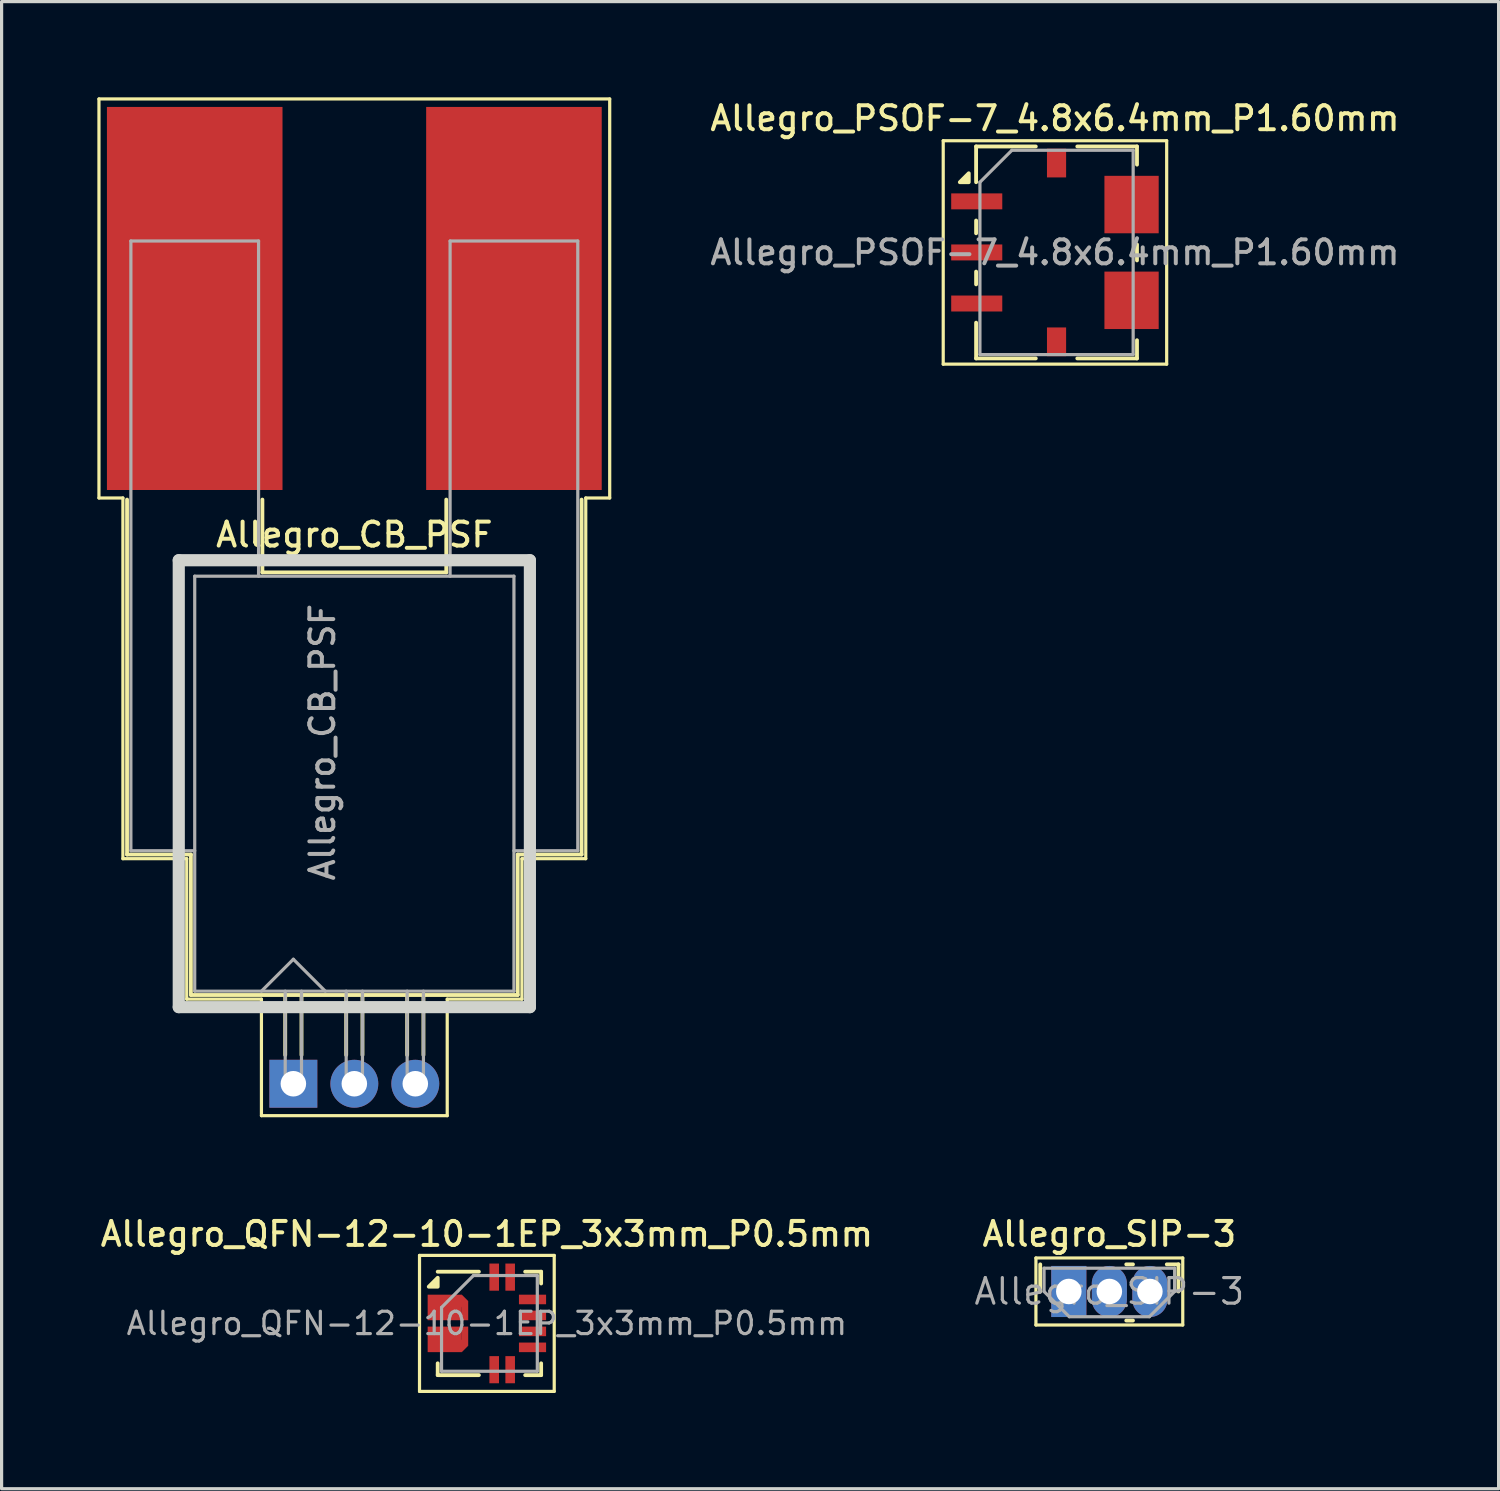
<source format=kicad_pcb>
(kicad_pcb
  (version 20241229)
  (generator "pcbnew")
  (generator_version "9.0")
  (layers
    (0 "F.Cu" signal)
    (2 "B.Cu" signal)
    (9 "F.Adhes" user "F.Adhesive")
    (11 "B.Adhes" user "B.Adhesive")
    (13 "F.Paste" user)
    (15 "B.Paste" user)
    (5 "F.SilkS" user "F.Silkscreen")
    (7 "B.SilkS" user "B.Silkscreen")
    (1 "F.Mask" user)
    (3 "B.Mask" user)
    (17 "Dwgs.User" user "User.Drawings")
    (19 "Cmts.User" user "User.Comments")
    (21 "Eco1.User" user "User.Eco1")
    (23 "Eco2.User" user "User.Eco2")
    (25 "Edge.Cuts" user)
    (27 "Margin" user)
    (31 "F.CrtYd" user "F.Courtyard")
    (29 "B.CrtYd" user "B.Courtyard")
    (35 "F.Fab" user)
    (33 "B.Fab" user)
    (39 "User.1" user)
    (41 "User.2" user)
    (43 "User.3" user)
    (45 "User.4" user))
  (footprint "Allegro_QFN-12-10-1EP_3x3mm_P0.5mm"
    (layer "F.Cu")
    (at 12.202 38.408)
    (property "Reference" "Allegro_QFN-12-10-1EP_3x3mm_P0.5mm" (at 0 -2.8 0) (layer "F.SilkS") (effects (font (size 0.75 0.75) (thickness 0.125))))
    (attr smd)
    (fp_line (start -2.11 -2.13) (end -2.11 2.13) (stroke (width 0.1) (type solid)) (layer "F.SilkS"))
    (fp_line (start -2.11 2.13) (end 2.11 2.13) (stroke (width 0.1) (type solid)) (layer "F.SilkS"))
    (fp_line (start -1.54 -1.62) (end -0.25 -1.62) (stroke (width 0.12) (type solid)) (layer "F.SilkS"))
    (fp_line (start -1.54 1.25) (end -1.54 1.62) (stroke (width 0.12) (type solid)) (layer "F.SilkS"))
    (fp_line (start -1.54 1.62) (end -0.25 1.62) (stroke (width 0.12) (type solid)) (layer "F.SilkS"))
    (fp_line (start 1.7 -1.62) (end 1.2 -1.62) (stroke (width 0.12) (type solid)) (layer "F.SilkS"))
    (fp_line (start 1.7 -1.62) (end 1.7 -1.25) (stroke (width 0.12) (type solid)) (layer "F.SilkS"))
    (fp_line (start 1.7 1.25) (end 1.7 1.62) (stroke (width 0.12) (type solid)) (layer "F.SilkS"))
    (fp_line (start 1.7 1.62) (end 1.2 1.62) (stroke (width 0.12) (type solid)) (layer "F.SilkS"))
    (fp_line (start 2.11 -2.13) (end -2.11 -2.13) (stroke (width 0.1) (type solid)) (layer "F.SilkS"))
    (fp_line (start 2.11 2.13) (end 2.11 -2.13) (stroke (width 0.1) (type solid)) (layer "F.SilkS"))
    (fp_poly (pts (xy -1.54 -1.15) (xy -1.82 -1.15) (xy -1.54 -1.43) (xy -1.54 -1.15)) (stroke (width 0.12) (type solid)) (fill yes) (layer "F.SilkS"))
    (fp_line (start -1.42 -0.5) (end -0.42 -1.5) (stroke (width 0.1) (type solid)) (layer "F.Fab"))
    (fp_line (start -1.42 1.5) (end -1.42 -0.5) (stroke (width 0.1) (type solid)) (layer "F.Fab"))
    (fp_line (start -0.42 -1.5) (end 1.58 -1.5) (stroke (width 0.1) (type solid)) (layer "F.Fab"))
    (fp_line (start 1.58 -1.5) (end 1.58 1.5) (stroke (width 0.1) (type solid)) (layer "F.Fab"))
    (fp_line (start 1.58 1.5) (end -1.42 1.5) (stroke (width 0.1) (type solid)) (layer "F.Fab"))
    (fp_text user "${REFERENCE}" (at 0 0 0) (layer "F.Fab") (effects (font (size 0.7 0.7) (thickness 0.1))))
    (pad "1" smd rect (at -1.32 -0.5) (size 1.07 0.8) (layers "F.Cu" "F.Mask" "F.Paste"))
    (pad "1" smd rect (at -0.785 -0.7 45) (size 0.283 0.283) (layers "F.Cu" "F.Mask" "F.Paste"))
    (pad "1" smd rect (at -0.685 -0.4) (size 0.2 0.6) (layers "F.Cu" "F.Mask" "F.Paste"))
    (pad "2" smd rect (at -1.32 0.5) (size 1.07 0.8) (layers "F.Cu" "F.Mask" "F.Paste"))
    (pad "2" smd rect (at -0.785 0.7 45) (size 0.283 0.283) (layers "F.Cu" "F.Mask" "F.Paste"))
    (pad "2" smd rect (at -0.685 0.4) (size 0.2 0.6) (layers "F.Cu" "F.Mask" "F.Paste"))
    (pad "3" smd rect (at 0.23 1.45) (size 0.3 0.85) (layers "F.Cu" "F.Mask" "F.Paste"))
    (pad "4" smd rect (at 0.73 1.45) (size 0.3 0.85) (layers "F.Cu" "F.Mask" "F.Paste"))
    (pad "5" smd rect (at 1.43 0.75) (size 0.85 0.3) (layers "F.Cu" "F.Mask" "F.Paste"))
    (pad "6" smd rect (at 1.43 0.25) (size 0.85 0.3) (layers "F.Cu" "F.Mask" "F.Paste"))
    (pad "7" smd rect (at 1.43 -0.25) (size 0.85 0.3) (layers "F.Cu" "F.Mask" "F.Paste"))
    (pad "8" smd rect (at 1.43 -0.75) (size 0.85 0.3) (layers "F.Cu" "F.Mask" "F.Paste"))
    (pad "9" smd rect (at 0.73 -1.45) (size 0.3 0.85) (layers "F.Cu" "F.Mask" "F.Paste"))
    (pad "10" smd rect (at 0.23 -1.45) (size 0.3 0.85) (layers "F.Cu" "F.Mask" "F.Paste")))
  (footprint "Allegro_PSOF-7_4.8x6.4mm_P1.60mm"
    (layer "F.Cu")
    (at 29.998 4.858)
    (property "Reference" "Allegro_PSOF-7_4.8x6.4mm_P1.60mm" (at 0 -4.2 0) (layer "F.SilkS") (effects (font (size 0.75 0.75) (thickness 0.125))))
    (attr smd)
    (fp_line (start -3.5 -3.5) (end 3.5 -3.5) (stroke (width 0.1) (type solid)) (layer "F.SilkS"))
    (fp_line (start -3.5 3.5) (end -3.5 -3.5) (stroke (width 0.1) (type solid)) (layer "F.SilkS"))
    (fp_line (start -2.47 -3.32) (end -2.47 -2.2) (stroke (width 0.12) (type solid)) (layer "F.SilkS"))
    (fp_line (start -2.47 -0.6) (end -2.47 -1) (stroke (width 0.12) (type solid)) (layer "F.SilkS"))
    (fp_line (start -2.47 0.6) (end -2.47 1) (stroke (width 0.12) (type solid)) (layer "F.SilkS"))
    (fp_line (start -2.47 3.32) (end -2.47 2.2) (stroke (width 0.12) (type solid)) (layer "F.SilkS"))
    (fp_line (start -0.6 -3.32) (end -2.47 -3.32) (stroke (width 0.12) (type solid)) (layer "F.SilkS"))
    (fp_line (start -0.6 3.32) (end -2.47 3.32) (stroke (width 0.12) (type solid)) (layer "F.SilkS"))
    (fp_line (start 2.57 -3.32) (end 0.7 -3.32) (stroke (width 0.12) (type solid)) (layer "F.SilkS"))
    (fp_line (start 2.57 -3.32) (end 2.57 -2.75) (stroke (width 0.12) (type solid)) (layer "F.SilkS"))
    (fp_line (start 2.57 0.25) (end 2.57 -0.25) (stroke (width 0.12) (type solid)) (layer "F.SilkS"))
    (fp_line (start 2.57 3.32) (end 0.7 3.32) (stroke (width 0.12) (type solid)) (layer "F.SilkS"))
    (fp_line (start 2.57 3.32) (end 2.57 2.75) (stroke (width 0.12) (type solid)) (layer "F.SilkS"))
    (fp_line (start 3.5 -3.5) (end 3.5 3.5) (stroke (width 0.1) (type solid)) (layer "F.SilkS"))
    (fp_line (start 3.5 3.5) (end -3.5 3.5) (stroke (width 0.1) (type solid)) (layer "F.SilkS"))
    (fp_poly (pts (xy -2.7 -2.2) (xy -2.98 -2.2) (xy -2.7 -2.48) (xy -2.7 -2.2)) (stroke (width 0.12) (type solid)) (fill yes) (layer "F.SilkS"))
    (fp_line (start -2.35 3.2) (end -2.35 -2.2) (stroke (width 0.1) (type solid)) (layer "F.Fab"))
    (fp_line (start -1.35 -3.2) (end -2.35 -2.2) (stroke (width 0.1) (type solid)) (layer "F.Fab"))
    (fp_line (start -1.35 -3.2) (end 2.45 -3.2) (stroke (width 0.1) (type solid)) (layer "F.Fab"))
    (fp_line (start 2.45 -3.2) (end 2.45 3.2) (stroke (width 0.1) (type solid)) (layer "F.Fab"))
    (fp_line (start 2.45 3.2) (end -2.35 3.2) (stroke (width 0.1) (type solid)) (layer "F.Fab"))
    (fp_text user "${REFERENCE}" (at 0 0 0) (layer "F.Fab") (effects (font (size 0.75 0.75) (thickness 0.125))))
    (pad "1" smd rect (at -2.45 -1.6) (size 1.6 0.5) (layers "F.Cu" "F.Mask" "F.Paste"))
    (pad "2" smd rect (at -2.45 0) (size 1.6 0.5) (layers "F.Cu" "F.Mask" "F.Paste"))
    (pad "3" smd rect (at -2.45 1.6) (size 1.6 0.5) (layers "F.Cu" "F.Mask" "F.Paste"))
    (pad "4" smd rect (at 0.05 2.8) (size 0.6 0.9) (layers "F.Cu" "F.Mask" "F.Paste"))
    (pad "5" smd rect (at 2.4 1.5) (size 1.7 1.8) (layers "F.Cu" "F.Mask" "F.Paste"))
    (pad "6" smd rect (at 2.4 -1.5) (size 1.7 1.8) (layers "F.Cu" "F.Mask" "F.Paste"))
    (pad "7" smd rect (at 0.05 -2.8) (size 0.6 0.9) (layers "F.Cu" "F.Mask" "F.Paste")))
  (footprint "Allegro_CB_PSF"
    (layer "F.Cu")
    (at 6.14 30.9)
    (property "Reference" "Allegro_CB_PSF" (at 1.91 -17.2 0) (layer "F.SilkS") (effects (font (size 0.75 0.75) (thickness 0.125))))
    (attr through_hole)
    (fp_line (start -6.09 -30.85) (end 9.91 -30.85) (stroke (width 0.1) (type solid)) (layer "F.SilkS"))
    (fp_line (start -6.09 -18.35) (end -6.09 -30.85) (stroke (width 0.1) (type solid)) (layer "F.SilkS"))
    (fp_line (start -6.09 -18.35) (end -5.34 -18.35) (stroke (width 0.1) (type solid)) (layer "F.SilkS"))
    (fp_line (start -5.34 -7.05) (end -5.34 -18.35) (stroke (width 0.1) (type solid)) (layer "F.SilkS"))
    (fp_line (start -5.21 -7.18) (end -5.21 -18.3) (stroke (width 0.12) (type solid)) (layer "F.SilkS"))
    (fp_line (start -3.34 -7.05) (end -5.34 -7.05) (stroke (width 0.1) (type solid)) (layer "F.SilkS"))
    (fp_line (start -3.34 -7.05) (end -3.34 -2.65) (stroke (width 0.1) (type solid)) (layer "F.SilkS"))
    (fp_line (start -3.21 -7.18) (end -5.21 -7.18) (stroke (width 0.12) (type solid)) (layer "F.SilkS"))
    (fp_line (start -3.21 -2.78) (end -3.21 -7.18) (stroke (width 0.12) (type solid)) (layer "F.SilkS"))
    (fp_line (start -1 -2.65) (end -3.34 -2.65) (stroke (width 0.1) (type solid)) (layer "F.SilkS"))
    (fp_line (start -1 -2.65) (end -1 1) (stroke (width 0.1) (type solid)) (layer "F.SilkS"))
    (fp_line (start -0.97 -16.02) (end -0.97 -18.3) (stroke (width 0.12) (type solid)) (layer "F.SilkS"))
    (fp_line (start -0.97 -16.02) (end 4.79 -16.02) (stroke (width 0.12) (type solid)) (layer "F.SilkS"))
    (fp_line (start -0.255 -2.78) (end -0.255 -0.9) (stroke (width 0.12) (type solid)) (layer "F.SilkS"))
    (fp_line (start 0.255 -2.78) (end 0.255 -0.9) (stroke (width 0.12) (type solid)) (layer "F.SilkS"))
    (fp_line (start 1.655 -2.78) (end 1.655 -0.9) (stroke (width 0.12) (type solid)) (layer "F.SilkS"))
    (fp_line (start 2.165 -2.78) (end 2.165 -0.9) (stroke (width 0.12) (type solid)) (layer "F.SilkS"))
    (fp_line (start 3.565 -2.78) (end 3.565 -0.9) (stroke (width 0.12) (type solid)) (layer "F.SilkS"))
    (fp_line (start 4.075 -2.78) (end 4.075 -0.9) (stroke (width 0.12) (type solid)) (layer "F.SilkS"))
    (fp_line (start 4.79 -16.02) (end 4.79 -18.3) (stroke (width 0.12) (type solid)) (layer "F.SilkS"))
    (fp_line (start 4.82 -2.65) (end 4.82 1) (stroke (width 0.1) (type solid)) (layer "F.SilkS"))
    (fp_line (start 4.82 -2.65) (end 7.16 -2.65) (stroke (width 0.1) (type solid)) (layer "F.SilkS"))
    (fp_line (start 4.82 1) (end -1 1) (stroke (width 0.1) (type solid)) (layer "F.SilkS"))
    (fp_line (start 7.03 -7.18) (end 9.03 -7.18) (stroke (width 0.12) (type solid)) (layer "F.SilkS"))
    (fp_line (start 7.03 -2.78) (end -3.21 -2.78) (stroke (width 0.12) (type solid)) (layer "F.SilkS"))
    (fp_line (start 7.03 -2.78) (end 7.03 -7.18) (stroke (width 0.12) (type solid)) (layer "F.SilkS"))
    (fp_line (start 7.16 -7.05) (end 7.16 -2.65) (stroke (width 0.1) (type solid)) (layer "F.SilkS"))
    (fp_line (start 7.16 -7.05) (end 9.16 -7.05) (stroke (width 0.1) (type solid)) (layer "F.SilkS"))
    (fp_line (start 9.03 -7.18) (end 9.03 -18.3) (stroke (width 0.12) (type solid)) (layer "F.SilkS"))
    (fp_line (start 9.16 -18.35) (end 9.91 -18.35) (stroke (width 0.1) (type solid)) (layer "F.SilkS"))
    (fp_line (start 9.16 -7.05) (end 9.16 -18.35) (stroke (width 0.1) (type solid)) (layer "F.SilkS"))
    (fp_line (start 9.91 -30.85) (end 9.91 -18.35) (stroke (width 0.1) (type solid)) (layer "F.SilkS"))
    (fp_line (start -3.59 -16.4) (end 7.41 -16.4) (stroke (width 0.381) (type solid)) (layer "Edge.Cuts"))
    (fp_line (start -3.59 -2.4) (end -3.59 -16.4) (stroke (width 0.381) (type solid)) (layer "Edge.Cuts"))
    (fp_line (start 7.41 -16.4) (end 7.41 -2.4) (stroke (width 0.381) (type solid)) (layer "Edge.Cuts"))
    (fp_line (start 7.41 -2.4) (end -3.59 -2.4) (stroke (width 0.381) (type solid)) (layer "Edge.Cuts"))
    (fp_line (start -5.09 -26.4) (end -1.09 -26.4) (stroke (width 0.1) (type solid)) (layer "F.Fab"))
    (fp_line (start -5.09 -7.3) (end -5.09 -26.4) (stroke (width 0.1) (type solid)) (layer "F.Fab"))
    (fp_line (start -5.09 -7.3) (end -3.09 -7.3) (stroke (width 0.1) (type solid)) (layer "F.Fab"))
    (fp_line (start -3.09 -15.9) (end -3.09 -2.9) (stroke (width 0.1) (type solid)) (layer "F.Fab"))
    (fp_line (start -3.09 -15.9) (end 6.91 -15.9) (stroke (width 0.1) (type solid)) (layer "F.Fab"))
    (fp_line (start -1.09 -15.9) (end -1.09 -26.4) (stroke (width 0.1) (type solid)) (layer "F.Fab"))
    (fp_line (start -0.255 -2.9) (end -0.255 0.19) (stroke (width 0.1) (type solid)) (layer "F.Fab"))
    (fp_line (start 0 -3.9) (end -1 -2.9) (stroke (width 0.1) (type solid)) (layer "F.Fab"))
    (fp_line (start 0 -3.9) (end 1 -2.9) (stroke (width 0.1) (type solid)) (layer "F.Fab"))
    (fp_line (start 0.255 -2.9) (end 0.255 0.19) (stroke (width 0.1) (type solid)) (layer "F.Fab"))
    (fp_line (start 1.655 -2.9) (end 1.655 0.19) (stroke (width 0.1) (type solid)) (layer "F.Fab"))
    (fp_line (start 2.165 -2.9) (end 2.165 0.19) (stroke (width 0.1) (type solid)) (layer "F.Fab"))
    (fp_line (start 3.565 -2.9) (end 3.565 0.19) (stroke (width 0.1) (type solid)) (layer "F.Fab"))
    (fp_line (start 4.075 -2.9) (end 4.075 0.19) (stroke (width 0.1) (type solid)) (layer "F.Fab"))
    (fp_line (start 4.91 -15.9) (end 4.91 -26.4) (stroke (width 0.1) (type solid)) (layer "F.Fab"))
    (fp_line (start 6.91 -15.9) (end 6.91 -2.9) (stroke (width 0.1) (type solid)) (layer "F.Fab"))
    (fp_line (start 6.91 -7.3) (end 8.91 -7.3) (stroke (width 0.1) (type solid)) (layer "F.Fab"))
    (fp_line (start 6.91 -2.9) (end -3.09 -2.9) (stroke (width 0.1) (type solid)) (layer "F.Fab"))
    (fp_line (start 8.91 -26.4) (end 4.91 -26.4) (stroke (width 0.1) (type solid)) (layer "F.Fab"))
    (fp_line (start 8.91 -7.3) (end 8.91 -26.4) (stroke (width 0.1) (type solid)) (layer "F.Fab"))
    (fp_text user "${REFERENCE}" (at 0.91 -10.7 90) (layer "F.Fab") (effects (font (size 0.75 0.75) (thickness 0.125))))
    (pad "1" thru_hole rect (at 0 0) (size 1.5 1.5) (drill 0.8) (layers "*.Cu" "*.Mask"))
    (pad "2" thru_hole circle (at 1.91 0) (size 1.5 1.5) (drill 0.8) (layers "*.Cu" "*.Mask"))
    (pad "3" thru_hole circle (at 3.82 0) (size 1.5 1.5) (drill 0.8) (layers "*.Cu" "*.Mask"))
    (pad "4" smd rect (at 6.91 -24.6) (size 5.5 12) (layers "F.Cu" "F.Mask" "F.Paste"))
    (pad "5" smd rect (at -3.09 -24.6) (size 5.5 12) (layers "F.Cu" "F.Mask" "F.Paste")))
  (footprint "Allegro_SIP-3"
    (layer "F.Cu")
    (at 30.432 37.408)
    (property "Reference" "Allegro_SIP-3" (at 1.27 -1.8 0) (layer "F.SilkS") (effects (font (size 0.75 0.75) (thickness 0.125))))
    (attr through_hole)
    (fp_line (start -1.03 -1.05) (end -1.03 1.05) (stroke (width 0.1) (type solid)) (layer "F.SilkS"))
    (fp_line (start -1.03 1.05) (end 3.57 1.05) (stroke (width 0.1) (type solid)) (layer "F.SilkS"))
    (fp_line (start -0.895 0) (end -0.895 -0.85) (stroke (width 0.12) (type solid)) (layer "F.SilkS"))
    (fp_line (start 2.01 -0.85) (end 1.8 -0.85) (stroke (width 0.12) (type solid)) (layer "F.SilkS"))
    (fp_line (start 2.01 0.91) (end 1.8 0.91) (stroke (width 0.12) (type solid)) (layer "F.SilkS"))
    (fp_line (start 3.435 -0.85) (end 3.07 -0.85) (stroke (width 0.12) (type solid)) (layer "F.SilkS"))
    (fp_line (start 3.435 -0.85) (end 3.435 0) (stroke (width 0.12) (type solid)) (layer "F.SilkS"))
    (fp_line (start 3.57 -1.05) (end -1.03 -1.05) (stroke (width 0.1) (type solid)) (layer "F.SilkS"))
    (fp_line (start 3.57 1.05) (end 3.57 -1.05) (stroke (width 0.1) (type solid)) (layer "F.SilkS"))
    (fp_line (start -0.775 -0.73) (end 3.315 -0.73) (stroke (width 0.1) (type solid)) (layer "F.Fab"))
    (fp_line (start -0.775 0) (end -0.775 -0.73) (stroke (width 0.1) (type solid)) (layer "F.Fab"))
    (fp_line (start -0.775 0) (end 0.015 0.79) (stroke (width 0.1) (type solid)) (layer "F.Fab"))
    (fp_line (start 2.525 0.79) (end 0.015 0.79) (stroke (width 0.1) (type solid)) (layer "F.Fab"))
    (fp_line (start 3.315 -0.73) (end 3.315 0) (stroke (width 0.1) (type solid)) (layer "F.Fab"))
    (fp_line (start 3.315 0) (end 2.525 0.79) (stroke (width 0.1) (type solid)) (layer "F.Fab"))
    (fp_text user "${REFERENCE}" (at 1.27 0 0) (layer "F.Fab") (effects (font (size 0.8 0.8) (thickness 0.1))))
    (pad "1" thru_hole rect (at 0 0) (size 1.1 1.6) (drill 0.8) (layers "*.Cu" "*.Mask"))
    (pad "2" thru_hole oval (at 1.27 0) (size 1.1 1.6) (drill 0.8) (layers "*.Cu" "*.Mask"))
    (pad "3" thru_hole oval (at 2.54 0) (size 1.1 1.6) (drill 0.8) (layers "*.Cu" "*.Mask")))
  (gr_rect
    (start -3 -3)
    (end 43.896 43.588)
    (stroke (width 0.1) (type default))
    (fill no)
    (layer "Edge.Cuts")))
</source>
